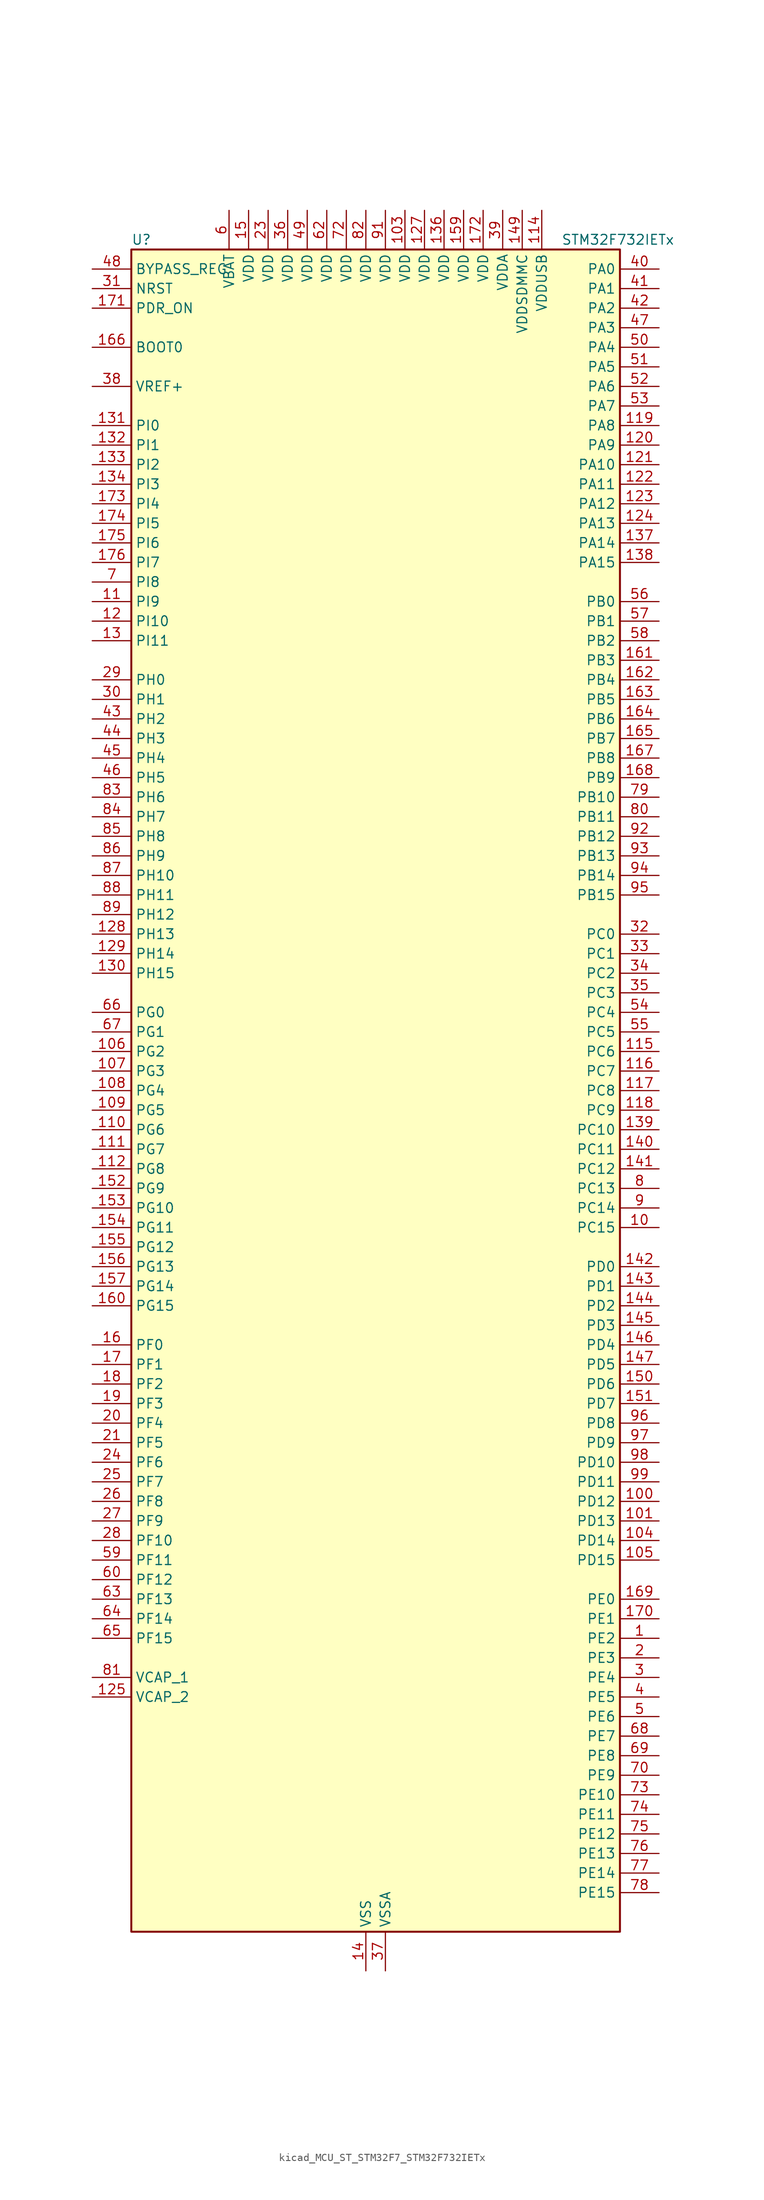
<source format=kicad_sym>
(kicad_symbol_lib
  (version 20220914)
  (generator kicad_symbol_editor)
  (symbol "kicad_MCU_ST_STM32F7_STM32F732IETx"
    (property "Reference" "U"
      (at -30.48 110.49 0)
      (effects (font (size 1.27 1.27)) (justify left)))
    (property "Value" "STM32F732IETx"
      (at 25.4 110.49 0)
      (effects (font (size 1.27 1.27)) (justify left)))
    (property "ki_locked" ""
      (at 0 0 0)
      (effects (font (size 1.27 1.27))))
    (symbol "kicad_MCU_ST_STM32F7_STM32F732IETx_0_1"
      (rectangle (start -30.48 -109.22) (end 33.02 109.22) (stroke (width 0.254) (type default)) (fill (type background))))
    (symbol "kicad_MCU_ST_STM32F7_STM32F732IETx_1_1"
      (pin bidirectional line (at 38.1 -71.12 180) (length 5.08) (name "PE2" (effects (font (size 1.27 1.27)))) (number "1" (effects (font (size 1.27 1.27)))) (alternate "FMC_A23" bidirectional line) (alternate "QUADSPI_BK1_IO2" bidirectional line) (alternate "SAI1_MCLK_A" bidirectional line) (alternate "SPI4_SCK" bidirectional line) (alternate "SYS_TRACECLK" bidirectional line))
      (pin bidirectional line (at 38.1 -17.78 180) (length 5.08) (name "PC15" (effects (font (size 1.27 1.27)))) (number "10" (effects (font (size 1.27 1.27)))) (alternate "RCC_OSC32_OUT" bidirectional line))
      (pin bidirectional line (at 38.1 -53.34 180) (length 5.08) (name "PD12" (effects (font (size 1.27 1.27)))) (number "100" (effects (font (size 1.27 1.27)))) (alternate "FMC_A17" bidirectional line) (alternate "FMC_ALE" bidirectional line) (alternate "LPTIM1_IN1" bidirectional line) (alternate "QUADSPI_BK1_IO1" bidirectional line) (alternate "SAI2_FS_A" bidirectional line) (alternate "TIM4_CH1" bidirectional line) (alternate "USART3_DE" bidirectional line) (alternate "USART3_RTS" bidirectional line))
      (pin bidirectional line (at 38.1 -55.88 180) (length 5.08) (name "PD13" (effects (font (size 1.27 1.27)))) (number "101" (effects (font (size 1.27 1.27)))) (alternate "FMC_A18" bidirectional line) (alternate "LPTIM1_OUT" bidirectional line) (alternate "QUADSPI_BK1_IO3" bidirectional line) (alternate "SAI2_SCK_A" bidirectional line) (alternate "TIM4_CH2" bidirectional line))
      (pin passive line (at 0 -114.3 90) (length 5.08) hide (name "VSS" (effects (font (size 1.27 1.27)))) (number "102" (effects (font (size 1.27 1.27)))))
      (pin power_in line (at 5.08 114.3 270) (length 5.08) (name "VDD" (effects (font (size 1.27 1.27)))) (number "103" (effects (font (size 1.27 1.27)))))
      (pin bidirectional line (at 38.1 -58.42 180) (length 5.08) (name "PD14" (effects (font (size 1.27 1.27)))) (number "104" (effects (font (size 1.27 1.27)))) (alternate "FMC_D0" bidirectional line) (alternate "FMC_DA0" bidirectional line) (alternate "TIM4_CH3" bidirectional line) (alternate "UART8_CTS" bidirectional line))
      (pin bidirectional line (at 38.1 -60.96 180) (length 5.08) (name "PD15" (effects (font (size 1.27 1.27)))) (number "105" (effects (font (size 1.27 1.27)))) (alternate "FMC_D1" bidirectional line) (alternate "FMC_DA1" bidirectional line) (alternate "TIM4_CH4" bidirectional line) (alternate "UART8_DE" bidirectional line) (alternate "UART8_RTS" bidirectional line))
      (pin bidirectional line (at -35.56 5.08 0) (length 5.08) (name "PG2" (effects (font (size 1.27 1.27)))) (number "106" (effects (font (size 1.27 1.27)))) (alternate "FMC_A12" bidirectional line))
      (pin bidirectional line (at -35.56 2.54 0) (length 5.08) (name "PG3" (effects (font (size 1.27 1.27)))) (number "107" (effects (font (size 1.27 1.27)))) (alternate "FMC_A13" bidirectional line))
      (pin bidirectional line (at -35.56 0 0) (length 5.08) (name "PG4" (effects (font (size 1.27 1.27)))) (number "108" (effects (font (size 1.27 1.27)))) (alternate "FMC_A14" bidirectional line) (alternate "FMC_BA0" bidirectional line))
      (pin bidirectional line (at -35.56 -2.54 0) (length 5.08) (name "PG5" (effects (font (size 1.27 1.27)))) (number "109" (effects (font (size 1.27 1.27)))) (alternate "FMC_A15" bidirectional line) (alternate "FMC_BA1" bidirectional line))
      (pin bidirectional line (at -35.56 63.5 0) (length 5.08) (name "PI9" (effects (font (size 1.27 1.27)))) (number "11" (effects (font (size 1.27 1.27)))) (alternate "CAN1_RX" bidirectional line) (alternate "DAC_EXTI9" bidirectional line) (alternate "FMC_D30" bidirectional line) (alternate "UART4_RX" bidirectional line))
      (pin bidirectional line (at -35.56 -5.08 0) (length 5.08) (name "PG6" (effects (font (size 1.27 1.27)))) (number "110" (effects (font (size 1.27 1.27)))))
      (pin bidirectional line (at -35.56 -7.62 0) (length 5.08) (name "PG7" (effects (font (size 1.27 1.27)))) (number "111" (effects (font (size 1.27 1.27)))) (alternate "FMC_INT" bidirectional line) (alternate "USART6_CK" bidirectional line))
      (pin bidirectional line (at -35.56 -10.16 0) (length 5.08) (name "PG8" (effects (font (size 1.27 1.27)))) (number "112" (effects (font (size 1.27 1.27)))) (alternate "FMC_SDCLK" bidirectional line) (alternate "USART6_DE" bidirectional line) (alternate "USART6_RTS" bidirectional line))
      (pin passive line (at 0 -114.3 90) (length 5.08) hide (name "VSS" (effects (font (size 1.27 1.27)))) (number "113" (effects (font (size 1.27 1.27)))))
      (pin power_in line (at 22.86 114.3 270) (length 5.08) (name "VDDUSB" (effects (font (size 1.27 1.27)))) (number "114" (effects (font (size 1.27 1.27)))))
      (pin bidirectional line (at 38.1 5.08 180) (length 5.08) (name "PC6" (effects (font (size 1.27 1.27)))) (number "115" (effects (font (size 1.27 1.27)))) (alternate "I2S2_MCK" bidirectional line) (alternate "SDMMC1_D6" bidirectional line) (alternate "SDMMC2_D6" bidirectional line) (alternate "TIM3_CH1" bidirectional line) (alternate "TIM8_CH1" bidirectional line) (alternate "USART6_TX" bidirectional line))
      (pin bidirectional line (at 38.1 2.54 180) (length 5.08) (name "PC7" (effects (font (size 1.27 1.27)))) (number "116" (effects (font (size 1.27 1.27)))) (alternate "I2S3_MCK" bidirectional line) (alternate "SDMMC1_D7" bidirectional line) (alternate "SDMMC2_D7" bidirectional line) (alternate "TIM3_CH2" bidirectional line) (alternate "TIM8_CH2" bidirectional line) (alternate "USART6_RX" bidirectional line))
      (pin bidirectional line (at 38.1 0 180) (length 5.08) (name "PC8" (effects (font (size 1.27 1.27)))) (number "117" (effects (font (size 1.27 1.27)))) (alternate "SDMMC1_D0" bidirectional line) (alternate "SYS_TRACED1" bidirectional line) (alternate "TIM3_CH3" bidirectional line) (alternate "TIM8_CH3" bidirectional line) (alternate "UART5_DE" bidirectional line) (alternate "UART5_RTS" bidirectional line) (alternate "USART6_CK" bidirectional line))
      (pin bidirectional line (at 38.1 -2.54 180) (length 5.08) (name "PC9" (effects (font (size 1.27 1.27)))) (number "118" (effects (font (size 1.27 1.27)))) (alternate "DAC_EXTI9" bidirectional line) (alternate "I2C3_SDA" bidirectional line) (alternate "I2S_CKIN" bidirectional line) (alternate "QUADSPI_BK1_IO0" bidirectional line) (alternate "RCC_MCO_2" bidirectional line) (alternate "SDMMC1_D1" bidirectional line) (alternate "TIM3_CH4" bidirectional line) (alternate "TIM8_CH4" bidirectional line) (alternate "UART5_CTS" bidirectional line))
      (pin bidirectional line (at 38.1 86.36 180) (length 5.08) (name "PA8" (effects (font (size 1.27 1.27)))) (number "119" (effects (font (size 1.27 1.27)))) (alternate "I2C3_SCL" bidirectional line) (alternate "RCC_MCO_1" bidirectional line) (alternate "TIM1_CH1" bidirectional line) (alternate "TIM8_BKIN2" bidirectional line) (alternate "USART1_CK" bidirectional line) (alternate "USB_OTG_FS_SOF" bidirectional line))
      (pin bidirectional line (at -35.56 60.96 0) (length 5.08) (name "PI10" (effects (font (size 1.27 1.27)))) (number "12" (effects (font (size 1.27 1.27)))) (alternate "FMC_D31" bidirectional line))
      (pin bidirectional line (at 38.1 83.82 180) (length 5.08) (name "PA9" (effects (font (size 1.27 1.27)))) (number "120" (effects (font (size 1.27 1.27)))) (alternate "DAC_EXTI9" bidirectional line) (alternate "I2C3_SMBA" bidirectional line) (alternate "I2S2_CK" bidirectional line) (alternate "SPI2_SCK" bidirectional line) (alternate "TIM1_CH2" bidirectional line) (alternate "USART1_TX" bidirectional line) (alternate "USB_OTG_FS_VBUS" bidirectional line))
      (pin bidirectional line (at 38.1 81.28 180) (length 5.08) (name "PA10" (effects (font (size 1.27 1.27)))) (number "121" (effects (font (size 1.27 1.27)))) (alternate "TIM1_CH3" bidirectional line) (alternate "USART1_RX" bidirectional line) (alternate "USB_OTG_FS_ID" bidirectional line))
      (pin bidirectional line (at 38.1 78.74 180) (length 5.08) (name "PA11" (effects (font (size 1.27 1.27)))) (number "122" (effects (font (size 1.27 1.27)))) (alternate "ADC1_EXTI11" bidirectional line) (alternate "ADC2_EXTI11" bidirectional line) (alternate "ADC3_EXTI11" bidirectional line) (alternate "CAN1_RX" bidirectional line) (alternate "TIM1_CH4" bidirectional line) (alternate "USART1_CTS" bidirectional line) (alternate "USB_OTG_FS_DM" bidirectional line))
      (pin bidirectional line (at 38.1 76.2 180) (length 5.08) (name "PA12" (effects (font (size 1.27 1.27)))) (number "123" (effects (font (size 1.27 1.27)))) (alternate "CAN1_TX" bidirectional line) (alternate "SAI2_FS_B" bidirectional line) (alternate "TIM1_ETR" bidirectional line) (alternate "USART1_DE" bidirectional line) (alternate "USART1_RTS" bidirectional line) (alternate "USB_OTG_FS_DP" bidirectional line))
      (pin bidirectional line (at 38.1 73.66 180) (length 5.08) (name "PA13" (effects (font (size 1.27 1.27)))) (number "124" (effects (font (size 1.27 1.27)))) (alternate "SYS_JTMS-SWDIO" bidirectional line))
      (pin power_out line (at -35.56 -78.74 0) (length 5.08) (name "VCAP_2" (effects (font (size 1.27 1.27)))) (number "125" (effects (font (size 1.27 1.27)))))
      (pin passive line (at 0 -114.3 90) (length 5.08) hide (name "VSS" (effects (font (size 1.27 1.27)))) (number "126" (effects (font (size 1.27 1.27)))))
      (pin power_in line (at 7.62 114.3 270) (length 5.08) (name "VDD" (effects (font (size 1.27 1.27)))) (number "127" (effects (font (size 1.27 1.27)))))
      (pin bidirectional line (at -35.56 20.32 0) (length 5.08) (name "PH13" (effects (font (size 1.27 1.27)))) (number "128" (effects (font (size 1.27 1.27)))) (alternate "CAN1_TX" bidirectional line) (alternate "FMC_D21" bidirectional line) (alternate "TIM8_CH1N" bidirectional line) (alternate "UART4_TX" bidirectional line))
      (pin bidirectional line (at -35.56 17.78 0) (length 5.08) (name "PH14" (effects (font (size 1.27 1.27)))) (number "129" (effects (font (size 1.27 1.27)))) (alternate "CAN1_RX" bidirectional line) (alternate "FMC_D22" bidirectional line) (alternate "TIM8_CH2N" bidirectional line) (alternate "UART4_RX" bidirectional line))
      (pin bidirectional line (at -35.56 58.42 0) (length 5.08) (name "PI11" (effects (font (size 1.27 1.27)))) (number "13" (effects (font (size 1.27 1.27)))) (alternate "ADC1_EXTI11" bidirectional line) (alternate "ADC2_EXTI11" bidirectional line) (alternate "ADC3_EXTI11" bidirectional line) (alternate "SYS_WKUP6" bidirectional line) (alternate "USB_OTG_HS_ULPI_DIR" bidirectional line))
      (pin bidirectional line (at -35.56 15.24 0) (length 5.08) (name "PH15" (effects (font (size 1.27 1.27)))) (number "130" (effects (font (size 1.27 1.27)))) (alternate "FMC_D23" bidirectional line) (alternate "TIM8_CH3N" bidirectional line))
      (pin bidirectional line (at -35.56 86.36 0) (length 5.08) (name "PI0" (effects (font (size 1.27 1.27)))) (number "131" (effects (font (size 1.27 1.27)))) (alternate "FMC_D24" bidirectional line) (alternate "I2S2_WS" bidirectional line) (alternate "SPI2_NSS" bidirectional line) (alternate "TIM5_CH4" bidirectional line))
      (pin bidirectional line (at -35.56 83.82 0) (length 5.08) (name "PI1" (effects (font (size 1.27 1.27)))) (number "132" (effects (font (size 1.27 1.27)))) (alternate "FMC_D25" bidirectional line) (alternate "I2S2_CK" bidirectional line) (alternate "SPI2_SCK" bidirectional line) (alternate "TIM8_BKIN2" bidirectional line))
      (pin bidirectional line (at -35.56 81.28 0) (length 5.08) (name "PI2" (effects (font (size 1.27 1.27)))) (number "133" (effects (font (size 1.27 1.27)))) (alternate "FMC_D26" bidirectional line) (alternate "SPI2_MISO" bidirectional line) (alternate "TIM8_CH4" bidirectional line))
      (pin bidirectional line (at -35.56 78.74 0) (length 5.08) (name "PI3" (effects (font (size 1.27 1.27)))) (number "134" (effects (font (size 1.27 1.27)))) (alternate "FMC_D27" bidirectional line) (alternate "I2S2_SD" bidirectional line) (alternate "SPI2_MOSI" bidirectional line) (alternate "TIM8_ETR" bidirectional line))
      (pin passive line (at 0 -114.3 90) (length 5.08) hide (name "VSS" (effects (font (size 1.27 1.27)))) (number "135" (effects (font (size 1.27 1.27)))))
      (pin power_in line (at 10.16 114.3 270) (length 5.08) (name "VDD" (effects (font (size 1.27 1.27)))) (number "136" (effects (font (size 1.27 1.27)))))
      (pin bidirectional line (at 38.1 71.12 180) (length 5.08) (name "PA14" (effects (font (size 1.27 1.27)))) (number "137" (effects (font (size 1.27 1.27)))) (alternate "SYS_JTCK-SWCLK" bidirectional line))
      (pin bidirectional line (at 38.1 68.58 180) (length 5.08) (name "PA15" (effects (font (size 1.27 1.27)))) (number "138" (effects (font (size 1.27 1.27)))) (alternate "I2S1_WS" bidirectional line) (alternate "I2S3_WS" bidirectional line) (alternate "SPI1_NSS" bidirectional line) (alternate "SPI3_NSS" bidirectional line) (alternate "SYS_JTDI" bidirectional line) (alternate "TIM2_CH1" bidirectional line) (alternate "TIM2_ETR" bidirectional line) (alternate "UART4_DE" bidirectional line) (alternate "UART4_RTS" bidirectional line))
      (pin bidirectional line (at 38.1 -5.08 180) (length 5.08) (name "PC10" (effects (font (size 1.27 1.27)))) (number "139" (effects (font (size 1.27 1.27)))) (alternate "I2S3_CK" bidirectional line) (alternate "QUADSPI_BK1_IO1" bidirectional line) (alternate "SDMMC1_D2" bidirectional line) (alternate "SPI3_SCK" bidirectional line) (alternate "UART4_TX" bidirectional line) (alternate "USART3_TX" bidirectional line))
      (pin power_in line (at 0 -114.3 90) (length 5.08) (name "VSS" (effects (font (size 1.27 1.27)))) (number "14" (effects (font (size 1.27 1.27)))))
      (pin bidirectional line (at 38.1 -7.62 180) (length 5.08) (name "PC11" (effects (font (size 1.27 1.27)))) (number "140" (effects (font (size 1.27 1.27)))) (alternate "ADC1_EXTI11" bidirectional line) (alternate "ADC2_EXTI11" bidirectional line) (alternate "ADC3_EXTI11" bidirectional line) (alternate "QUADSPI_BK2_NCS" bidirectional line) (alternate "SDMMC1_D3" bidirectional line) (alternate "SPI3_MISO" bidirectional line) (alternate "UART4_RX" bidirectional line) (alternate "USART3_RX" bidirectional line))
      (pin bidirectional line (at 38.1 -10.16 180) (length 5.08) (name "PC12" (effects (font (size 1.27 1.27)))) (number "141" (effects (font (size 1.27 1.27)))) (alternate "I2S3_SD" bidirectional line) (alternate "SDMMC1_CK" bidirectional line) (alternate "SPI3_MOSI" bidirectional line) (alternate "SYS_TRACED3" bidirectional line) (alternate "UART5_TX" bidirectional line) (alternate "USART3_CK" bidirectional line))
      (pin bidirectional line (at 38.1 -22.86 180) (length 5.08) (name "PD0" (effects (font (size 1.27 1.27)))) (number "142" (effects (font (size 1.27 1.27)))) (alternate "CAN1_RX" bidirectional line) (alternate "FMC_D2" bidirectional line) (alternate "FMC_DA2" bidirectional line))
      (pin bidirectional line (at 38.1 -25.4 180) (length 5.08) (name "PD1" (effects (font (size 1.27 1.27)))) (number "143" (effects (font (size 1.27 1.27)))) (alternate "CAN1_TX" bidirectional line) (alternate "FMC_D3" bidirectional line) (alternate "FMC_DA3" bidirectional line))
      (pin bidirectional line (at 38.1 -27.94 180) (length 5.08) (name "PD2" (effects (font (size 1.27 1.27)))) (number "144" (effects (font (size 1.27 1.27)))) (alternate "SDMMC1_CMD" bidirectional line) (alternate "SYS_TRACED2" bidirectional line) (alternate "TIM3_ETR" bidirectional line) (alternate "UART5_RX" bidirectional line))
      (pin bidirectional line (at 38.1 -30.48 180) (length 5.08) (name "PD3" (effects (font (size 1.27 1.27)))) (number "145" (effects (font (size 1.27 1.27)))) (alternate "FMC_CLK" bidirectional line) (alternate "I2S2_CK" bidirectional line) (alternate "SPI2_SCK" bidirectional line) (alternate "USART2_CTS" bidirectional line))
      (pin bidirectional line (at 38.1 -33.02 180) (length 5.08) (name "PD4" (effects (font (size 1.27 1.27)))) (number "146" (effects (font (size 1.27 1.27)))) (alternate "FMC_NOE" bidirectional line) (alternate "USART2_DE" bidirectional line) (alternate "USART2_RTS" bidirectional line))
      (pin bidirectional line (at 38.1 -35.56 180) (length 5.08) (name "PD5" (effects (font (size 1.27 1.27)))) (number "147" (effects (font (size 1.27 1.27)))) (alternate "FMC_NWE" bidirectional line) (alternate "USART2_TX" bidirectional line))
      (pin passive line (at 0 -114.3 90) (length 5.08) hide (name "VSS" (effects (font (size 1.27 1.27)))) (number "148" (effects (font (size 1.27 1.27)))))
      (pin power_in line (at 20.32 114.3 270) (length 5.08) (name "VDDSDMMC" (effects (font (size 1.27 1.27)))) (number "149" (effects (font (size 1.27 1.27)))))
      (pin power_in line (at -15.24 114.3 270) (length 5.08) (name "VDD" (effects (font (size 1.27 1.27)))) (number "15" (effects (font (size 1.27 1.27)))))
      (pin bidirectional line (at 38.1 -38.1 180) (length 5.08) (name "PD6" (effects (font (size 1.27 1.27)))) (number "150" (effects (font (size 1.27 1.27)))) (alternate "FMC_NWAIT" bidirectional line) (alternate "I2S3_SD" bidirectional line) (alternate "SAI1_SD_A" bidirectional line) (alternate "SDMMC2_CK" bidirectional line) (alternate "SPI3_MOSI" bidirectional line) (alternate "USART2_RX" bidirectional line))
      (pin bidirectional line (at 38.1 -40.64 180) (length 5.08) (name "PD7" (effects (font (size 1.27 1.27)))) (number "151" (effects (font (size 1.27 1.27)))) (alternate "FMC_NE1" bidirectional line) (alternate "SDMMC2_CMD" bidirectional line) (alternate "USART2_CK" bidirectional line))
      (pin bidirectional line (at -35.56 -12.7 0) (length 5.08) (name "PG9" (effects (font (size 1.27 1.27)))) (number "152" (effects (font (size 1.27 1.27)))) (alternate "DAC_EXTI9" bidirectional line) (alternate "FMC_NCE" bidirectional line) (alternate "FMC_NE2" bidirectional line) (alternate "QUADSPI_BK2_IO2" bidirectional line) (alternate "SAI2_FS_B" bidirectional line) (alternate "SDMMC2_D0" bidirectional line) (alternate "USART6_RX" bidirectional line))
      (pin bidirectional line (at -35.56 -15.24 0) (length 5.08) (name "PG10" (effects (font (size 1.27 1.27)))) (number "153" (effects (font (size 1.27 1.27)))) (alternate "FMC_NE3" bidirectional line) (alternate "SAI2_SD_B" bidirectional line) (alternate "SDMMC2_D1" bidirectional line))
      (pin bidirectional line (at -35.56 -17.78 0) (length 5.08) (name "PG11" (effects (font (size 1.27 1.27)))) (number "154" (effects (font (size 1.27 1.27)))) (alternate "ADC1_EXTI11" bidirectional line) (alternate "ADC2_EXTI11" bidirectional line) (alternate "ADC3_EXTI11" bidirectional line) (alternate "FMC_INT" bidirectional line) (alternate "SDMMC2_D2" bidirectional line))
      (pin bidirectional line (at -35.56 -20.32 0) (length 5.08) (name "PG12" (effects (font (size 1.27 1.27)))) (number "155" (effects (font (size 1.27 1.27)))) (alternate "FMC_NE4" bidirectional line) (alternate "LPTIM1_IN1" bidirectional line) (alternate "SDMMC2_D3" bidirectional line) (alternate "USART6_DE" bidirectional line) (alternate "USART6_RTS" bidirectional line))
      (pin bidirectional line (at -35.56 -22.86 0) (length 5.08) (name "PG13" (effects (font (size 1.27 1.27)))) (number "156" (effects (font (size 1.27 1.27)))) (alternate "FMC_A24" bidirectional line) (alternate "LPTIM1_OUT" bidirectional line) (alternate "SYS_TRACED0" bidirectional line) (alternate "USART6_CTS" bidirectional line))
      (pin bidirectional line (at -35.56 -25.4 0) (length 5.08) (name "PG14" (effects (font (size 1.27 1.27)))) (number "157" (effects (font (size 1.27 1.27)))) (alternate "FMC_A25" bidirectional line) (alternate "LPTIM1_ETR" bidirectional line) (alternate "QUADSPI_BK2_IO3" bidirectional line) (alternate "SYS_TRACED1" bidirectional line) (alternate "USART6_TX" bidirectional line))
      (pin passive line (at 0 -114.3 90) (length 5.08) hide (name "VSS" (effects (font (size 1.27 1.27)))) (number "158" (effects (font (size 1.27 1.27)))))
      (pin power_in line (at 12.7 114.3 270) (length 5.08) (name "VDD" (effects (font (size 1.27 1.27)))) (number "159" (effects (font (size 1.27 1.27)))))
      (pin bidirectional line (at -35.56 -33.02 0) (length 5.08) (name "PF0" (effects (font (size 1.27 1.27)))) (number "16" (effects (font (size 1.27 1.27)))) (alternate "FMC_A0" bidirectional line) (alternate "I2C2_SDA" bidirectional line))
      (pin bidirectional line (at -35.56 -27.94 0) (length 5.08) (name "PG15" (effects (font (size 1.27 1.27)))) (number "160" (effects (font (size 1.27 1.27)))) (alternate "FMC_SDNCAS" bidirectional line) (alternate "USART6_CTS" bidirectional line))
      (pin bidirectional line (at 38.1 55.88 180) (length 5.08) (name "PB3" (effects (font (size 1.27 1.27)))) (number "161" (effects (font (size 1.27 1.27)))) (alternate "I2S1_CK" bidirectional line) (alternate "I2S3_CK" bidirectional line) (alternate "SDMMC2_D2" bidirectional line) (alternate "SPI1_SCK" bidirectional line) (alternate "SPI3_SCK" bidirectional line) (alternate "SYS_JTDO-SWO" bidirectional line) (alternate "TIM2_CH2" bidirectional line))
      (pin bidirectional line (at 38.1 53.34 180) (length 5.08) (name "PB4" (effects (font (size 1.27 1.27)))) (number "162" (effects (font (size 1.27 1.27)))) (alternate "I2S2_WS" bidirectional line) (alternate "SDMMC2_D3" bidirectional line) (alternate "SPI1_MISO" bidirectional line) (alternate "SPI2_NSS" bidirectional line) (alternate "SPI3_MISO" bidirectional line) (alternate "SYS_JTRST" bidirectional line) (alternate "TIM3_CH1" bidirectional line))
      (pin bidirectional line (at 38.1 50.8 180) (length 5.08) (name "PB5" (effects (font (size 1.27 1.27)))) (number "163" (effects (font (size 1.27 1.27)))) (alternate "FMC_SDCKE1" bidirectional line) (alternate "I2C1_SMBA" bidirectional line) (alternate "I2S1_SD" bidirectional line) (alternate "I2S3_SD" bidirectional line) (alternate "SPI1_MOSI" bidirectional line) (alternate "SPI3_MOSI" bidirectional line) (alternate "TIM3_CH2" bidirectional line) (alternate "USB_OTG_HS_ULPI_D7" bidirectional line))
      (pin bidirectional line (at 38.1 48.26 180) (length 5.08) (name "PB6" (effects (font (size 1.27 1.27)))) (number "164" (effects (font (size 1.27 1.27)))) (alternate "FMC_SDNE1" bidirectional line) (alternate "I2C1_SCL" bidirectional line) (alternate "QUADSPI_BK1_NCS" bidirectional line) (alternate "TIM4_CH1" bidirectional line) (alternate "USART1_TX" bidirectional line))
      (pin bidirectional line (at 38.1 45.72 180) (length 5.08) (name "PB7" (effects (font (size 1.27 1.27)))) (number "165" (effects (font (size 1.27 1.27)))) (alternate "FMC_NL" bidirectional line) (alternate "I2C1_SDA" bidirectional line) (alternate "TIM4_CH2" bidirectional line) (alternate "USART1_RX" bidirectional line))
      (pin input line (at -35.56 96.52 0) (length 5.08) (name "BOOT0" (effects (font (size 1.27 1.27)))) (number "166" (effects (font (size 1.27 1.27)))))
      (pin bidirectional line (at 38.1 43.18 180) (length 5.08) (name "PB8" (effects (font (size 1.27 1.27)))) (number "167" (effects (font (size 1.27 1.27)))) (alternate "CAN1_RX" bidirectional line) (alternate "I2C1_SCL" bidirectional line) (alternate "SDMMC1_D4" bidirectional line) (alternate "SDMMC2_D4" bidirectional line) (alternate "TIM10_CH1" bidirectional line) (alternate "TIM4_CH3" bidirectional line))
      (pin bidirectional line (at 38.1 40.64 180) (length 5.08) (name "PB9" (effects (font (size 1.27 1.27)))) (number "168" (effects (font (size 1.27 1.27)))) (alternate "CAN1_TX" bidirectional line) (alternate "DAC_EXTI9" bidirectional line) (alternate "I2C1_SDA" bidirectional line) (alternate "I2S2_WS" bidirectional line) (alternate "SDMMC1_D5" bidirectional line) (alternate "SDMMC2_D5" bidirectional line) (alternate "SPI2_NSS" bidirectional line) (alternate "TIM11_CH1" bidirectional line) (alternate "TIM4_CH4" bidirectional line))
      (pin bidirectional line (at 38.1 -66.04 180) (length 5.08) (name "PE0" (effects (font (size 1.27 1.27)))) (number "169" (effects (font (size 1.27 1.27)))) (alternate "FMC_NBL0" bidirectional line) (alternate "LPTIM1_ETR" bidirectional line) (alternate "SAI2_MCLK_A" bidirectional line) (alternate "TIM4_ETR" bidirectional line) (alternate "UART8_RX" bidirectional line))
      (pin bidirectional line (at -35.56 -35.56 0) (length 5.08) (name "PF1" (effects (font (size 1.27 1.27)))) (number "17" (effects (font (size 1.27 1.27)))) (alternate "FMC_A1" bidirectional line) (alternate "I2C2_SCL" bidirectional line))
      (pin bidirectional line (at 38.1 -68.58 180) (length 5.08) (name "PE1" (effects (font (size 1.27 1.27)))) (number "170" (effects (font (size 1.27 1.27)))) (alternate "FMC_NBL1" bidirectional line) (alternate "LPTIM1_IN2" bidirectional line) (alternate "UART8_TX" bidirectional line))
      (pin input line (at -35.56 101.6 0) (length 5.08) (name "PDR_ON" (effects (font (size 1.27 1.27)))) (number "171" (effects (font (size 1.27 1.27)))))
      (pin power_in line (at 15.24 114.3 270) (length 5.08) (name "VDD" (effects (font (size 1.27 1.27)))) (number "172" (effects (font (size 1.27 1.27)))))
      (pin bidirectional line (at -35.56 76.2 0) (length 5.08) (name "PI4" (effects (font (size 1.27 1.27)))) (number "173" (effects (font (size 1.27 1.27)))) (alternate "FMC_NBL2" bidirectional line) (alternate "SAI2_MCLK_A" bidirectional line) (alternate "TIM8_BKIN" bidirectional line))
      (pin bidirectional line (at -35.56 73.66 0) (length 5.08) (name "PI5" (effects (font (size 1.27 1.27)))) (number "174" (effects (font (size 1.27 1.27)))) (alternate "FMC_NBL3" bidirectional line) (alternate "SAI2_SCK_A" bidirectional line) (alternate "TIM8_CH1" bidirectional line))
      (pin bidirectional line (at -35.56 71.12 0) (length 5.08) (name "PI6" (effects (font (size 1.27 1.27)))) (number "175" (effects (font (size 1.27 1.27)))) (alternate "FMC_D28" bidirectional line) (alternate "SAI2_SD_A" bidirectional line) (alternate "TIM8_CH2" bidirectional line))
      (pin bidirectional line (at -35.56 68.58 0) (length 5.08) (name "PI7" (effects (font (size 1.27 1.27)))) (number "176" (effects (font (size 1.27 1.27)))) (alternate "FMC_D29" bidirectional line) (alternate "SAI2_FS_A" bidirectional line) (alternate "TIM8_CH3" bidirectional line))
      (pin bidirectional line (at -35.56 -38.1 0) (length 5.08) (name "PF2" (effects (font (size 1.27 1.27)))) (number "18" (effects (font (size 1.27 1.27)))) (alternate "FMC_A2" bidirectional line) (alternate "I2C2_SMBA" bidirectional line))
      (pin bidirectional line (at -35.56 -40.64 0) (length 5.08) (name "PF3" (effects (font (size 1.27 1.27)))) (number "19" (effects (font (size 1.27 1.27)))) (alternate "ADC3_IN9" bidirectional line) (alternate "FMC_A3" bidirectional line))
      (pin bidirectional line (at 38.1 -73.66 180) (length 5.08) (name "PE3" (effects (font (size 1.27 1.27)))) (number "2" (effects (font (size 1.27 1.27)))) (alternate "FMC_A19" bidirectional line) (alternate "SAI1_SD_B" bidirectional line) (alternate "SYS_TRACED0" bidirectional line))
      (pin bidirectional line (at -35.56 -43.18 0) (length 5.08) (name "PF4" (effects (font (size 1.27 1.27)))) (number "20" (effects (font (size 1.27 1.27)))) (alternate "ADC3_IN14" bidirectional line) (alternate "FMC_A4" bidirectional line))
      (pin bidirectional line (at -35.56 -45.72 0) (length 5.08) (name "PF5" (effects (font (size 1.27 1.27)))) (number "21" (effects (font (size 1.27 1.27)))) (alternate "ADC3_IN15" bidirectional line) (alternate "FMC_A5" bidirectional line))
      (pin passive line (at 0 -114.3 90) (length 5.08) hide (name "VSS" (effects (font (size 1.27 1.27)))) (number "22" (effects (font (size 1.27 1.27)))))
      (pin power_in line (at -12.7 114.3 270) (length 5.08) (name "VDD" (effects (font (size 1.27 1.27)))) (number "23" (effects (font (size 1.27 1.27)))))
      (pin bidirectional line (at -35.56 -48.26 0) (length 5.08) (name "PF6" (effects (font (size 1.27 1.27)))) (number "24" (effects (font (size 1.27 1.27)))) (alternate "ADC3_IN4" bidirectional line) (alternate "QUADSPI_BK1_IO3" bidirectional line) (alternate "SAI1_SD_B" bidirectional line) (alternate "SPI5_NSS" bidirectional line) (alternate "TIM10_CH1" bidirectional line) (alternate "UART7_RX" bidirectional line))
      (pin bidirectional line (at -35.56 -50.8 0) (length 5.08) (name "PF7" (effects (font (size 1.27 1.27)))) (number "25" (effects (font (size 1.27 1.27)))) (alternate "ADC3_IN5" bidirectional line) (alternate "QUADSPI_BK1_IO2" bidirectional line) (alternate "SAI1_MCLK_B" bidirectional line) (alternate "SPI5_SCK" bidirectional line) (alternate "TIM11_CH1" bidirectional line) (alternate "UART7_TX" bidirectional line))
      (pin bidirectional line (at -35.56 -53.34 0) (length 5.08) (name "PF8" (effects (font (size 1.27 1.27)))) (number "26" (effects (font (size 1.27 1.27)))) (alternate "ADC3_IN6" bidirectional line) (alternate "QUADSPI_BK1_IO0" bidirectional line) (alternate "SAI1_SCK_B" bidirectional line) (alternate "SPI5_MISO" bidirectional line) (alternate "TIM13_CH1" bidirectional line) (alternate "UART7_DE" bidirectional line) (alternate "UART7_RTS" bidirectional line))
      (pin bidirectional line (at -35.56 -55.88 0) (length 5.08) (name "PF9" (effects (font (size 1.27 1.27)))) (number "27" (effects (font (size 1.27 1.27)))) (alternate "ADC3_IN7" bidirectional line) (alternate "DAC_EXTI9" bidirectional line) (alternate "QUADSPI_BK1_IO1" bidirectional line) (alternate "SAI1_FS_B" bidirectional line) (alternate "SPI5_MOSI" bidirectional line) (alternate "TIM14_CH1" bidirectional line) (alternate "UART7_CTS" bidirectional line))
      (pin bidirectional line (at -35.56 -58.42 0) (length 5.08) (name "PF10" (effects (font (size 1.27 1.27)))) (number "28" (effects (font (size 1.27 1.27)))) (alternate "ADC3_IN8" bidirectional line))
      (pin bidirectional line (at -35.56 53.34 0) (length 5.08) (name "PH0" (effects (font (size 1.27 1.27)))) (number "29" (effects (font (size 1.27 1.27)))) (alternate "RCC_OSC_IN" bidirectional line))
      (pin bidirectional line (at 38.1 -76.2 180) (length 5.08) (name "PE4" (effects (font (size 1.27 1.27)))) (number "3" (effects (font (size 1.27 1.27)))) (alternate "FMC_A20" bidirectional line) (alternate "SAI1_FS_A" bidirectional line) (alternate "SPI4_NSS" bidirectional line) (alternate "SYS_TRACED1" bidirectional line))
      (pin bidirectional line (at -35.56 50.8 0) (length 5.08) (name "PH1" (effects (font (size 1.27 1.27)))) (number "30" (effects (font (size 1.27 1.27)))) (alternate "RCC_OSC_OUT" bidirectional line))
      (pin input line (at -35.56 104.14 0) (length 5.08) (name "NRST" (effects (font (size 1.27 1.27)))) (number "31" (effects (font (size 1.27 1.27)))))
      (pin bidirectional line (at 38.1 20.32 180) (length 5.08) (name "PC0" (effects (font (size 1.27 1.27)))) (number "32" (effects (font (size 1.27 1.27)))) (alternate "ADC1_IN10" bidirectional line) (alternate "ADC2_IN10" bidirectional line) (alternate "ADC3_IN10" bidirectional line) (alternate "FMC_SDNWE" bidirectional line) (alternate "SAI2_FS_B" bidirectional line) (alternate "USB_OTG_HS_ULPI_STP" bidirectional line))
      (pin bidirectional line (at 38.1 17.78 180) (length 5.08) (name "PC1" (effects (font (size 1.27 1.27)))) (number "33" (effects (font (size 1.27 1.27)))) (alternate "ADC1_IN11" bidirectional line) (alternate "ADC2_IN11" bidirectional line) (alternate "ADC3_IN11" bidirectional line) (alternate "I2S2_SD" bidirectional line) (alternate "RTC_TAMP3" bidirectional line) (alternate "RTC_TS" bidirectional line) (alternate "SAI1_SD_A" bidirectional line) (alternate "SPI2_MOSI" bidirectional line) (alternate "SYS_TRACED0" bidirectional line) (alternate "SYS_WKUP3" bidirectional line))
      (pin bidirectional line (at 38.1 15.24 180) (length 5.08) (name "PC2" (effects (font (size 1.27 1.27)))) (number "34" (effects (font (size 1.27 1.27)))) (alternate "ADC1_IN12" bidirectional line) (alternate "ADC2_IN12" bidirectional line) (alternate "ADC3_IN12" bidirectional line) (alternate "FMC_SDNE0" bidirectional line) (alternate "SPI2_MISO" bidirectional line) (alternate "USB_OTG_HS_ULPI_DIR" bidirectional line))
      (pin bidirectional line (at 38.1 12.7 180) (length 5.08) (name "PC3" (effects (font (size 1.27 1.27)))) (number "35" (effects (font (size 1.27 1.27)))) (alternate "ADC1_IN13" bidirectional line) (alternate "ADC2_IN13" bidirectional line) (alternate "ADC3_IN13" bidirectional line) (alternate "FMC_SDCKE0" bidirectional line) (alternate "I2S2_SD" bidirectional line) (alternate "SPI2_MOSI" bidirectional line) (alternate "USB_OTG_HS_ULPI_NXT" bidirectional line))
      (pin power_in line (at -10.16 114.3 270) (length 5.08) (name "VDD" (effects (font (size 1.27 1.27)))) (number "36" (effects (font (size 1.27 1.27)))))
      (pin power_in line (at 2.54 -114.3 90) (length 5.08) (name "VSSA" (effects (font (size 1.27 1.27)))) (number "37" (effects (font (size 1.27 1.27)))))
      (pin input line (at -35.56 91.44 0) (length 5.08) (name "VREF+" (effects (font (size 1.27 1.27)))) (number "38" (effects (font (size 1.27 1.27)))))
      (pin power_in line (at 17.78 114.3 270) (length 5.08) (name "VDDA" (effects (font (size 1.27 1.27)))) (number "39" (effects (font (size 1.27 1.27)))))
      (pin bidirectional line (at 38.1 -78.74 180) (length 5.08) (name "PE5" (effects (font (size 1.27 1.27)))) (number "4" (effects (font (size 1.27 1.27)))) (alternate "FMC_A21" bidirectional line) (alternate "SAI1_SCK_A" bidirectional line) (alternate "SPI4_MISO" bidirectional line) (alternate "SYS_TRACED2" bidirectional line) (alternate "TIM9_CH1" bidirectional line))
      (pin bidirectional line (at 38.1 106.68 180) (length 5.08) (name "PA0" (effects (font (size 1.27 1.27)))) (number "40" (effects (font (size 1.27 1.27)))) (alternate "ADC1_IN0" bidirectional line) (alternate "ADC2_IN0" bidirectional line) (alternate "ADC3_IN0" bidirectional line) (alternate "SAI2_SD_B" bidirectional line) (alternate "SYS_WKUP1" bidirectional line) (alternate "TIM2_CH1" bidirectional line) (alternate "TIM2_ETR" bidirectional line) (alternate "TIM5_CH1" bidirectional line) (alternate "TIM8_ETR" bidirectional line) (alternate "UART4_TX" bidirectional line) (alternate "USART2_CTS" bidirectional line))
      (pin bidirectional line (at 38.1 104.14 180) (length 5.08) (name "PA1" (effects (font (size 1.27 1.27)))) (number "41" (effects (font (size 1.27 1.27)))) (alternate "ADC1_IN1" bidirectional line) (alternate "ADC2_IN1" bidirectional line) (alternate "ADC3_IN1" bidirectional line) (alternate "QUADSPI_BK1_IO3" bidirectional line) (alternate "SAI2_MCLK_B" bidirectional line) (alternate "TIM2_CH2" bidirectional line) (alternate "TIM5_CH2" bidirectional line) (alternate "UART4_RX" bidirectional line) (alternate "USART2_DE" bidirectional line) (alternate "USART2_RTS" bidirectional line))
      (pin bidirectional line (at 38.1 101.6 180) (length 5.08) (name "PA2" (effects (font (size 1.27 1.27)))) (number "42" (effects (font (size 1.27 1.27)))) (alternate "ADC1_IN2" bidirectional line) (alternate "ADC2_IN2" bidirectional line) (alternate "ADC3_IN2" bidirectional line) (alternate "SAI2_SCK_B" bidirectional line) (alternate "SYS_WKUP2" bidirectional line) (alternate "TIM2_CH3" bidirectional line) (alternate "TIM5_CH3" bidirectional line) (alternate "TIM9_CH1" bidirectional line) (alternate "USART2_TX" bidirectional line))
      (pin bidirectional line (at -35.56 48.26 0) (length 5.08) (name "PH2" (effects (font (size 1.27 1.27)))) (number "43" (effects (font (size 1.27 1.27)))) (alternate "FMC_SDCKE0" bidirectional line) (alternate "LPTIM1_IN2" bidirectional line) (alternate "QUADSPI_BK2_IO0" bidirectional line) (alternate "SAI2_SCK_B" bidirectional line))
      (pin bidirectional line (at -35.56 45.72 0) (length 5.08) (name "PH3" (effects (font (size 1.27 1.27)))) (number "44" (effects (font (size 1.27 1.27)))) (alternate "FMC_SDNE0" bidirectional line) (alternate "QUADSPI_BK2_IO1" bidirectional line) (alternate "SAI2_MCLK_B" bidirectional line))
      (pin bidirectional line (at -35.56 43.18 0) (length 5.08) (name "PH4" (effects (font (size 1.27 1.27)))) (number "45" (effects (font (size 1.27 1.27)))) (alternate "I2C2_SCL" bidirectional line) (alternate "USB_OTG_HS_ULPI_NXT" bidirectional line))
      (pin bidirectional line (at -35.56 40.64 0) (length 5.08) (name "PH5" (effects (font (size 1.27 1.27)))) (number "46" (effects (font (size 1.27 1.27)))) (alternate "FMC_SDNWE" bidirectional line) (alternate "I2C2_SDA" bidirectional line) (alternate "SPI5_NSS" bidirectional line))
      (pin bidirectional line (at 38.1 99.06 180) (length 5.08) (name "PA3" (effects (font (size 1.27 1.27)))) (number "47" (effects (font (size 1.27 1.27)))) (alternate "ADC1_IN3" bidirectional line) (alternate "ADC2_IN3" bidirectional line) (alternate "ADC3_IN3" bidirectional line) (alternate "TIM2_CH4" bidirectional line) (alternate "TIM5_CH4" bidirectional line) (alternate "TIM9_CH2" bidirectional line) (alternate "USART2_RX" bidirectional line) (alternate "USB_OTG_HS_ULPI_D0" bidirectional line))
      (pin input line (at -35.56 106.68 0) (length 5.08) (name "BYPASS_REG" (effects (font (size 1.27 1.27)))) (number "48" (effects (font (size 1.27 1.27)))))
      (pin power_in line (at -7.62 114.3 270) (length 5.08) (name "VDD" (effects (font (size 1.27 1.27)))) (number "49" (effects (font (size 1.27 1.27)))))
      (pin bidirectional line (at 38.1 -81.28 180) (length 5.08) (name "PE6" (effects (font (size 1.27 1.27)))) (number "5" (effects (font (size 1.27 1.27)))) (alternate "FMC_A22" bidirectional line) (alternate "SAI1_SD_A" bidirectional line) (alternate "SAI2_MCLK_B" bidirectional line) (alternate "SPI4_MOSI" bidirectional line) (alternate "SYS_TRACED3" bidirectional line) (alternate "TIM1_BKIN2" bidirectional line) (alternate "TIM9_CH2" bidirectional line))
      (pin bidirectional line (at 38.1 96.52 180) (length 5.08) (name "PA4" (effects (font (size 1.27 1.27)))) (number "50" (effects (font (size 1.27 1.27)))) (alternate "ADC1_IN4" bidirectional line) (alternate "ADC2_IN4" bidirectional line) (alternate "DAC_OUT1" bidirectional line) (alternate "I2S1_WS" bidirectional line) (alternate "I2S3_WS" bidirectional line) (alternate "SPI1_NSS" bidirectional line) (alternate "SPI3_NSS" bidirectional line) (alternate "USART2_CK" bidirectional line) (alternate "USB_OTG_HS_SOF" bidirectional line))
      (pin bidirectional line (at 38.1 93.98 180) (length 5.08) (name "PA5" (effects (font (size 1.27 1.27)))) (number "51" (effects (font (size 1.27 1.27)))) (alternate "ADC1_IN5" bidirectional line) (alternate "ADC2_IN5" bidirectional line) (alternate "DAC_OUT2" bidirectional line) (alternate "I2S1_CK" bidirectional line) (alternate "SPI1_SCK" bidirectional line) (alternate "TIM2_CH1" bidirectional line) (alternate "TIM2_ETR" bidirectional line) (alternate "TIM8_CH1N" bidirectional line) (alternate "USB_OTG_HS_ULPI_CK" bidirectional line))
      (pin bidirectional line (at 38.1 91.44 180) (length 5.08) (name "PA6" (effects (font (size 1.27 1.27)))) (number "52" (effects (font (size 1.27 1.27)))) (alternate "ADC1_IN6" bidirectional line) (alternate "ADC2_IN6" bidirectional line) (alternate "SPI1_MISO" bidirectional line) (alternate "TIM13_CH1" bidirectional line) (alternate "TIM1_BKIN" bidirectional line) (alternate "TIM3_CH1" bidirectional line) (alternate "TIM8_BKIN" bidirectional line))
      (pin bidirectional line (at 38.1 88.9 180) (length 5.08) (name "PA7" (effects (font (size 1.27 1.27)))) (number "53" (effects (font (size 1.27 1.27)))) (alternate "ADC1_IN7" bidirectional line) (alternate "ADC2_IN7" bidirectional line) (alternate "FMC_SDNWE" bidirectional line) (alternate "I2S1_SD" bidirectional line) (alternate "SPI1_MOSI" bidirectional line) (alternate "TIM14_CH1" bidirectional line) (alternate "TIM1_CH1N" bidirectional line) (alternate "TIM3_CH2" bidirectional line) (alternate "TIM8_CH1N" bidirectional line))
      (pin bidirectional line (at 38.1 10.16 180) (length 5.08) (name "PC4" (effects (font (size 1.27 1.27)))) (number "54" (effects (font (size 1.27 1.27)))) (alternate "ADC1_IN14" bidirectional line) (alternate "ADC2_IN14" bidirectional line) (alternate "FMC_SDNE0" bidirectional line) (alternate "I2S1_MCK" bidirectional line))
      (pin bidirectional line (at 38.1 7.62 180) (length 5.08) (name "PC5" (effects (font (size 1.27 1.27)))) (number "55" (effects (font (size 1.27 1.27)))) (alternate "ADC1_IN15" bidirectional line) (alternate "ADC2_IN15" bidirectional line) (alternate "FMC_SDCKE0" bidirectional line))
      (pin bidirectional line (at 38.1 63.5 180) (length 5.08) (name "PB0" (effects (font (size 1.27 1.27)))) (number "56" (effects (font (size 1.27 1.27)))) (alternate "ADC1_IN8" bidirectional line) (alternate "ADC2_IN8" bidirectional line) (alternate "TIM1_CH2N" bidirectional line) (alternate "TIM3_CH3" bidirectional line) (alternate "TIM8_CH2N" bidirectional line) (alternate "UART4_CTS" bidirectional line) (alternate "USB_OTG_HS_ULPI_D1" bidirectional line))
      (pin bidirectional line (at 38.1 60.96 180) (length 5.08) (name "PB1" (effects (font (size 1.27 1.27)))) (number "57" (effects (font (size 1.27 1.27)))) (alternate "ADC1_IN9" bidirectional line) (alternate "ADC2_IN9" bidirectional line) (alternate "TIM1_CH3N" bidirectional line) (alternate "TIM3_CH4" bidirectional line) (alternate "TIM8_CH3N" bidirectional line) (alternate "USB_OTG_HS_ULPI_D2" bidirectional line))
      (pin bidirectional line (at 38.1 58.42 180) (length 5.08) (name "PB2" (effects (font (size 1.27 1.27)))) (number "58" (effects (font (size 1.27 1.27)))) (alternate "I2S3_SD" bidirectional line) (alternate "QUADSPI_CLK" bidirectional line) (alternate "SAI1_SD_A" bidirectional line) (alternate "SPI3_MOSI" bidirectional line))
      (pin bidirectional line (at -35.56 -60.96 0) (length 5.08) (name "PF11" (effects (font (size 1.27 1.27)))) (number "59" (effects (font (size 1.27 1.27)))) (alternate "ADC1_EXTI11" bidirectional line) (alternate "ADC2_EXTI11" bidirectional line) (alternate "ADC3_EXTI11" bidirectional line) (alternate "FMC_SDNRAS" bidirectional line) (alternate "SAI2_SD_B" bidirectional line) (alternate "SPI5_MOSI" bidirectional line))
      (pin power_in line (at -17.78 114.3 270) (length 5.08) (name "VBAT" (effects (font (size 1.27 1.27)))) (number "6" (effects (font (size 1.27 1.27)))))
      (pin bidirectional line (at -35.56 -63.5 0) (length 5.08) (name "PF12" (effects (font (size 1.27 1.27)))) (number "60" (effects (font (size 1.27 1.27)))) (alternate "FMC_A6" bidirectional line))
      (pin passive line (at 0 -114.3 90) (length 5.08) hide (name "VSS" (effects (font (size 1.27 1.27)))) (number "61" (effects (font (size 1.27 1.27)))))
      (pin power_in line (at -5.08 114.3 270) (length 5.08) (name "VDD" (effects (font (size 1.27 1.27)))) (number "62" (effects (font (size 1.27 1.27)))))
      (pin bidirectional line (at -35.56 -66.04 0) (length 5.08) (name "PF13" (effects (font (size 1.27 1.27)))) (number "63" (effects (font (size 1.27 1.27)))) (alternate "FMC_A7" bidirectional line))
      (pin bidirectional line (at -35.56 -68.58 0) (length 5.08) (name "PF14" (effects (font (size 1.27 1.27)))) (number "64" (effects (font (size 1.27 1.27)))) (alternate "FMC_A8" bidirectional line))
      (pin bidirectional line (at -35.56 -71.12 0) (length 5.08) (name "PF15" (effects (font (size 1.27 1.27)))) (number "65" (effects (font (size 1.27 1.27)))) (alternate "FMC_A9" bidirectional line))
      (pin bidirectional line (at -35.56 10.16 0) (length 5.08) (name "PG0" (effects (font (size 1.27 1.27)))) (number "66" (effects (font (size 1.27 1.27)))) (alternate "FMC_A10" bidirectional line))
      (pin bidirectional line (at -35.56 7.62 0) (length 5.08) (name "PG1" (effects (font (size 1.27 1.27)))) (number "67" (effects (font (size 1.27 1.27)))) (alternate "FMC_A11" bidirectional line))
      (pin bidirectional line (at 38.1 -83.82 180) (length 5.08) (name "PE7" (effects (font (size 1.27 1.27)))) (number "68" (effects (font (size 1.27 1.27)))) (alternate "FMC_D4" bidirectional line) (alternate "FMC_DA4" bidirectional line) (alternate "QUADSPI_BK2_IO0" bidirectional line) (alternate "TIM1_ETR" bidirectional line) (alternate "UART7_RX" bidirectional line))
      (pin bidirectional line (at 38.1 -86.36 180) (length 5.08) (name "PE8" (effects (font (size 1.27 1.27)))) (number "69" (effects (font (size 1.27 1.27)))) (alternate "FMC_D5" bidirectional line) (alternate "FMC_DA5" bidirectional line) (alternate "QUADSPI_BK2_IO1" bidirectional line) (alternate "TIM1_CH1N" bidirectional line) (alternate "UART7_TX" bidirectional line))
      (pin bidirectional line (at -35.56 66.04 0) (length 5.08) (name "PI8" (effects (font (size 1.27 1.27)))) (number "7" (effects (font (size 1.27 1.27)))) (alternate "RTC_TAMP2" bidirectional line) (alternate "RTC_TS" bidirectional line) (alternate "SYS_WKUP5" bidirectional line))
      (pin bidirectional line (at 38.1 -88.9 180) (length 5.08) (name "PE9" (effects (font (size 1.27 1.27)))) (number "70" (effects (font (size 1.27 1.27)))) (alternate "DAC_EXTI9" bidirectional line) (alternate "FMC_D6" bidirectional line) (alternate "FMC_DA6" bidirectional line) (alternate "QUADSPI_BK2_IO2" bidirectional line) (alternate "TIM1_CH1" bidirectional line) (alternate "UART7_DE" bidirectional line) (alternate "UART7_RTS" bidirectional line))
      (pin passive line (at 0 -114.3 90) (length 5.08) hide (name "VSS" (effects (font (size 1.27 1.27)))) (number "71" (effects (font (size 1.27 1.27)))))
      (pin power_in line (at -2.54 114.3 270) (length 5.08) (name "VDD" (effects (font (size 1.27 1.27)))) (number "72" (effects (font (size 1.27 1.27)))))
      (pin bidirectional line (at 38.1 -91.44 180) (length 5.08) (name "PE10" (effects (font (size 1.27 1.27)))) (number "73" (effects (font (size 1.27 1.27)))) (alternate "FMC_D7" bidirectional line) (alternate "FMC_DA7" bidirectional line) (alternate "QUADSPI_BK2_IO3" bidirectional line) (alternate "TIM1_CH2N" bidirectional line) (alternate "UART7_CTS" bidirectional line))
      (pin bidirectional line (at 38.1 -93.98 180) (length 5.08) (name "PE11" (effects (font (size 1.27 1.27)))) (number "74" (effects (font (size 1.27 1.27)))) (alternate "ADC1_EXTI11" bidirectional line) (alternate "ADC2_EXTI11" bidirectional line) (alternate "ADC3_EXTI11" bidirectional line) (alternate "FMC_D8" bidirectional line) (alternate "FMC_DA8" bidirectional line) (alternate "SAI2_SD_B" bidirectional line) (alternate "SPI4_NSS" bidirectional line) (alternate "TIM1_CH2" bidirectional line))
      (pin bidirectional line (at 38.1 -96.52 180) (length 5.08) (name "PE12" (effects (font (size 1.27 1.27)))) (number "75" (effects (font (size 1.27 1.27)))) (alternate "FMC_D9" bidirectional line) (alternate "FMC_DA9" bidirectional line) (alternate "SAI2_SCK_B" bidirectional line) (alternate "SPI4_SCK" bidirectional line) (alternate "TIM1_CH3N" bidirectional line))
      (pin bidirectional line (at 38.1 -99.06 180) (length 5.08) (name "PE13" (effects (font (size 1.27 1.27)))) (number "76" (effects (font (size 1.27 1.27)))) (alternate "FMC_D10" bidirectional line) (alternate "FMC_DA10" bidirectional line) (alternate "SAI2_FS_B" bidirectional line) (alternate "SPI4_MISO" bidirectional line) (alternate "TIM1_CH3" bidirectional line))
      (pin bidirectional line (at 38.1 -101.6 180) (length 5.08) (name "PE14" (effects (font (size 1.27 1.27)))) (number "77" (effects (font (size 1.27 1.27)))) (alternate "FMC_D11" bidirectional line) (alternate "FMC_DA11" bidirectional line) (alternate "SAI2_MCLK_B" bidirectional line) (alternate "SPI4_MOSI" bidirectional line) (alternate "TIM1_CH4" bidirectional line))
      (pin bidirectional line (at 38.1 -104.14 180) (length 5.08) (name "PE15" (effects (font (size 1.27 1.27)))) (number "78" (effects (font (size 1.27 1.27)))) (alternate "FMC_D12" bidirectional line) (alternate "FMC_DA12" bidirectional line) (alternate "TIM1_BKIN" bidirectional line))
      (pin bidirectional line (at 38.1 38.1 180) (length 5.08) (name "PB10" (effects (font (size 1.27 1.27)))) (number "79" (effects (font (size 1.27 1.27)))) (alternate "I2C2_SCL" bidirectional line) (alternate "I2S2_CK" bidirectional line) (alternate "SPI2_SCK" bidirectional line) (alternate "TIM2_CH3" bidirectional line) (alternate "USART3_TX" bidirectional line) (alternate "USB_OTG_HS_ULPI_D3" bidirectional line))
      (pin bidirectional line (at 38.1 -12.7 180) (length 5.08) (name "PC13" (effects (font (size 1.27 1.27)))) (number "8" (effects (font (size 1.27 1.27)))) (alternate "RTC_OUT" bidirectional line) (alternate "RTC_TAMP1" bidirectional line) (alternate "RTC_TS" bidirectional line) (alternate "SYS_WKUP4" bidirectional line))
      (pin bidirectional line (at 38.1 35.56 180) (length 5.08) (name "PB11" (effects (font (size 1.27 1.27)))) (number "80" (effects (font (size 1.27 1.27)))) (alternate "ADC1_EXTI11" bidirectional line) (alternate "ADC2_EXTI11" bidirectional line) (alternate "ADC3_EXTI11" bidirectional line) (alternate "I2C2_SDA" bidirectional line) (alternate "TIM2_CH4" bidirectional line) (alternate "USART3_RX" bidirectional line) (alternate "USB_OTG_HS_ULPI_D4" bidirectional line))
      (pin power_out line (at -35.56 -76.2 0) (length 5.08) (name "VCAP_1" (effects (font (size 1.27 1.27)))) (number "81" (effects (font (size 1.27 1.27)))))
      (pin power_in line (at 0 114.3 270) (length 5.08) (name "VDD" (effects (font (size 1.27 1.27)))) (number "82" (effects (font (size 1.27 1.27)))))
      (pin bidirectional line (at -35.56 38.1 0) (length 5.08) (name "PH6" (effects (font (size 1.27 1.27)))) (number "83" (effects (font (size 1.27 1.27)))) (alternate "FMC_SDNE1" bidirectional line) (alternate "I2C2_SMBA" bidirectional line) (alternate "SPI5_SCK" bidirectional line) (alternate "TIM12_CH1" bidirectional line))
      (pin bidirectional line (at -35.56 35.56 0) (length 5.08) (name "PH7" (effects (font (size 1.27 1.27)))) (number "84" (effects (font (size 1.27 1.27)))) (alternate "FMC_SDCKE1" bidirectional line) (alternate "I2C3_SCL" bidirectional line) (alternate "SPI5_MISO" bidirectional line))
      (pin bidirectional line (at -35.56 33.02 0) (length 5.08) (name "PH8" (effects (font (size 1.27 1.27)))) (number "85" (effects (font (size 1.27 1.27)))) (alternate "FMC_D16" bidirectional line) (alternate "I2C3_SDA" bidirectional line))
      (pin bidirectional line (at -35.56 30.48 0) (length 5.08) (name "PH9" (effects (font (size 1.27 1.27)))) (number "86" (effects (font (size 1.27 1.27)))) (alternate "DAC_EXTI9" bidirectional line) (alternate "FMC_D17" bidirectional line) (alternate "I2C3_SMBA" bidirectional line) (alternate "TIM12_CH2" bidirectional line))
      (pin bidirectional line (at -35.56 27.94 0) (length 5.08) (name "PH10" (effects (font (size 1.27 1.27)))) (number "87" (effects (font (size 1.27 1.27)))) (alternate "FMC_D18" bidirectional line) (alternate "TIM5_CH1" bidirectional line))
      (pin bidirectional line (at -35.56 25.4 0) (length 5.08) (name "PH11" (effects (font (size 1.27 1.27)))) (number "88" (effects (font (size 1.27 1.27)))) (alternate "ADC1_EXTI11" bidirectional line) (alternate "ADC2_EXTI11" bidirectional line) (alternate "ADC3_EXTI11" bidirectional line) (alternate "FMC_D19" bidirectional line) (alternate "TIM5_CH2" bidirectional line))
      (pin bidirectional line (at -35.56 22.86 0) (length 5.08) (name "PH12" (effects (font (size 1.27 1.27)))) (number "89" (effects (font (size 1.27 1.27)))) (alternate "FMC_D20" bidirectional line) (alternate "TIM5_CH3" bidirectional line))
      (pin bidirectional line (at 38.1 -15.24 180) (length 5.08) (name "PC14" (effects (font (size 1.27 1.27)))) (number "9" (effects (font (size 1.27 1.27)))) (alternate "RCC_OSC32_IN" bidirectional line))
      (pin passive line (at 0 -114.3 90) (length 5.08) hide (name "VSS" (effects (font (size 1.27 1.27)))) (number "90" (effects (font (size 1.27 1.27)))))
      (pin power_in line (at 2.54 114.3 270) (length 5.08) (name "VDD" (effects (font (size 1.27 1.27)))) (number "91" (effects (font (size 1.27 1.27)))))
      (pin bidirectional line (at 38.1 33.02 180) (length 5.08) (name "PB12" (effects (font (size 1.27 1.27)))) (number "92" (effects (font (size 1.27 1.27)))) (alternate "I2C2_SMBA" bidirectional line) (alternate "I2S2_WS" bidirectional line) (alternate "SPI2_NSS" bidirectional line) (alternate "TIM1_BKIN" bidirectional line) (alternate "USART3_CK" bidirectional line) (alternate "USB_OTG_HS_ID" bidirectional line) (alternate "USB_OTG_HS_ULPI_D5" bidirectional line))
      (pin bidirectional line (at 38.1 30.48 180) (length 5.08) (name "PB13" (effects (font (size 1.27 1.27)))) (number "93" (effects (font (size 1.27 1.27)))) (alternate "I2S2_CK" bidirectional line) (alternate "SPI2_SCK" bidirectional line) (alternate "TIM1_CH1N" bidirectional line) (alternate "USART3_CTS" bidirectional line) (alternate "USB_OTG_HS_ULPI_D6" bidirectional line) (alternate "USB_OTG_HS_VBUS" bidirectional line))
      (pin bidirectional line (at 38.1 27.94 180) (length 5.08) (name "PB14" (effects (font (size 1.27 1.27)))) (number "94" (effects (font (size 1.27 1.27)))) (alternate "SDMMC2_D0" bidirectional line) (alternate "SPI2_MISO" bidirectional line) (alternate "TIM12_CH1" bidirectional line) (alternate "TIM1_CH2N" bidirectional line) (alternate "TIM8_CH2N" bidirectional line) (alternate "USART3_DE" bidirectional line) (alternate "USART3_RTS" bidirectional line) (alternate "USB_OTG_HS_DM" bidirectional line))
      (pin bidirectional line (at 38.1 25.4 180) (length 5.08) (name "PB15" (effects (font (size 1.27 1.27)))) (number "95" (effects (font (size 1.27 1.27)))) (alternate "I2S2_SD" bidirectional line) (alternate "RTC_REFIN" bidirectional line) (alternate "SDMMC2_D1" bidirectional line) (alternate "SPI2_MOSI" bidirectional line) (alternate "TIM12_CH2" bidirectional line) (alternate "TIM1_CH3N" bidirectional line) (alternate "TIM8_CH3N" bidirectional line) (alternate "USB_OTG_HS_DP" bidirectional line))
      (pin bidirectional line (at 38.1 -43.18 180) (length 5.08) (name "PD8" (effects (font (size 1.27 1.27)))) (number "96" (effects (font (size 1.27 1.27)))) (alternate "FMC_D13" bidirectional line) (alternate "FMC_DA13" bidirectional line) (alternate "USART3_TX" bidirectional line))
      (pin bidirectional line (at 38.1 -45.72 180) (length 5.08) (name "PD9" (effects (font (size 1.27 1.27)))) (number "97" (effects (font (size 1.27 1.27)))) (alternate "DAC_EXTI9" bidirectional line) (alternate "FMC_D14" bidirectional line) (alternate "FMC_DA14" bidirectional line) (alternate "USART3_RX" bidirectional line))
      (pin bidirectional line (at 38.1 -48.26 180) (length 5.08) (name "PD10" (effects (font (size 1.27 1.27)))) (number "98" (effects (font (size 1.27 1.27)))) (alternate "FMC_D15" bidirectional line) (alternate "FMC_DA15" bidirectional line) (alternate "USART3_CK" bidirectional line))
      (pin bidirectional line (at 38.1 -50.8 180) (length 5.08) (name "PD11" (effects (font (size 1.27 1.27)))) (number "99" (effects (font (size 1.27 1.27)))) (alternate "ADC1_EXTI11" bidirectional line) (alternate "ADC2_EXTI11" bidirectional line) (alternate "ADC3_EXTI11" bidirectional line) (alternate "FMC_A16" bidirectional line) (alternate "FMC_CLE" bidirectional line) (alternate "QUADSPI_BK1_IO0" bidirectional line) (alternate "SAI2_SD_A" bidirectional line) (alternate "USART3_CTS" bidirectional line)))))
</source>
